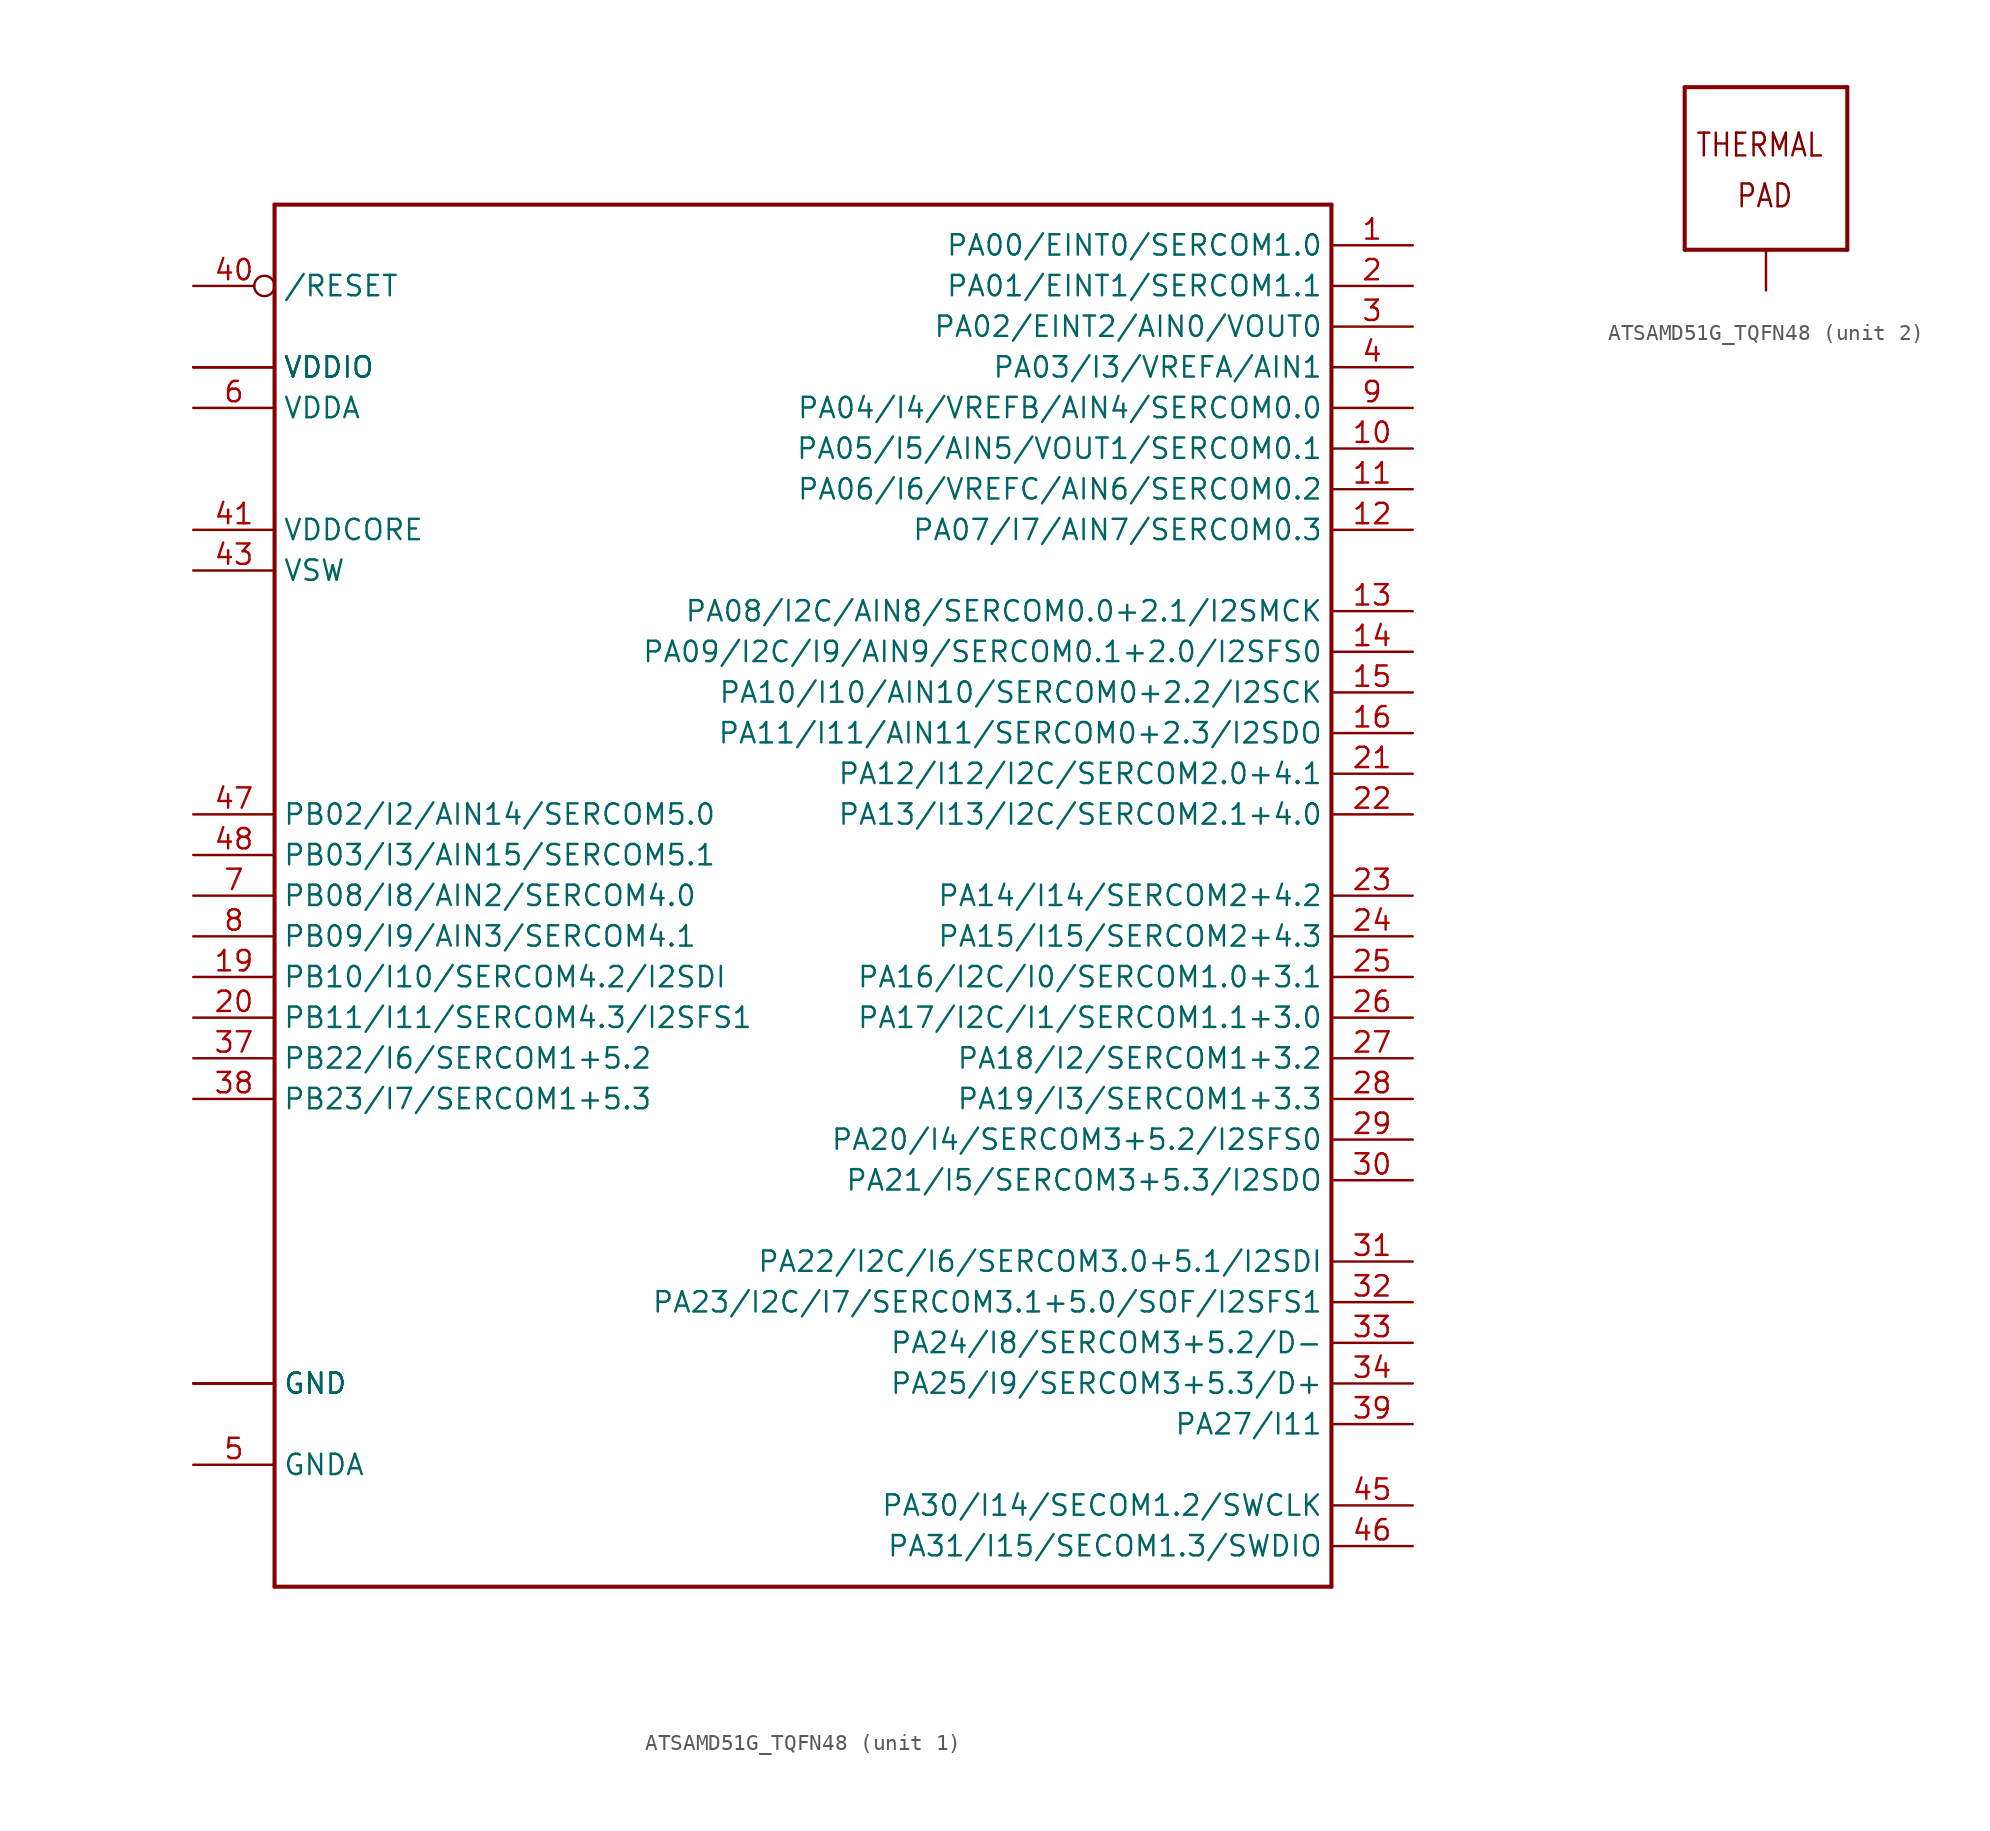
<source format=kicad_sym>
(kicad_symbol_lib
  (version 20231120)
  (generator "kicad_symbol_editor")
  (generator_version "8.0")
  (symbol "ATSAMD51G_TQFN48"
    (property "Reference" ""
      (at -5.08 6.35 0)
      (effects (font (size 1.778 1.511)) (justify left bottom) (hide yes)))
    (property "ki_locked" ""
      (at 0 0 0)
      (effects (font (size 1.27 1.27))))
    (symbol "ATSAMD51G_TQFN48_1_0"
      (polyline (pts (xy -33.02 -35.56) (xy -33.02 50.8)) (stroke (width 0.254) (type solid)) (fill (type none)))
      (polyline (pts (xy -33.02 50.8) (xy 33.02 50.8)) (stroke (width 0.254) (type solid)) (fill (type none)))
      (polyline (pts (xy 33.02 -35.56) (xy -33.02 -35.56)) (stroke (width 0.254) (type solid)) (fill (type none)))
      (polyline (pts (xy 33.02 50.8) (xy 33.02 -35.56)) (stroke (width 0.254) (type solid)) (fill (type none)))
      (pin bidirectional line (at 38.1 48.26 180) (length 5.08) (name "PA00/EINT0/SERCOM1.0" (effects (font (size 1.27 1.27)))) (number "1" (effects (font (size 1.27 1.27)))))
      (pin bidirectional line (at 38.1 35.56 180) (length 5.08) (name "PA05/I5/AIN5/VOUT1/SERCOM0.1" (effects (font (size 1.27 1.27)))) (number "10" (effects (font (size 1.27 1.27)))))
      (pin bidirectional line (at 38.1 33.02 180) (length 5.08) (name "PA06/I6/VREFC/AIN6/SERCOM0.2" (effects (font (size 1.27 1.27)))) (number "11" (effects (font (size 1.27 1.27)))))
      (pin bidirectional line (at 38.1 30.48 180) (length 5.08) (name "PA07/I7/AIN7/SERCOM0.3" (effects (font (size 1.27 1.27)))) (number "12" (effects (font (size 1.27 1.27)))))
      (pin bidirectional line (at 38.1 25.4 180) (length 5.08) (name "PA08/I2C/AIN8/SERCOM0.0+2.1/I2SMCK" (effects (font (size 1.27 1.27)))) (number "13" (effects (font (size 1.27 1.27)))))
      (pin bidirectional line (at 38.1 22.86 180) (length 5.08) (name "PA09/I2C/I9/AIN9/SERCOM0.1+2.0/I2SFS0" (effects (font (size 1.27 1.27)))) (number "14" (effects (font (size 1.27 1.27)))))
      (pin bidirectional line (at 38.1 20.32 180) (length 5.08) (name "PA10/I10/AIN10/SERCOM0+2.2/I2SCK" (effects (font (size 1.27 1.27)))) (number "15" (effects (font (size 1.27 1.27)))))
      (pin bidirectional line (at 38.1 17.78 180) (length 5.08) (name "PA11/I11/AIN11/SERCOM0+2.3/I2SDO" (effects (font (size 1.27 1.27)))) (number "16" (effects (font (size 1.27 1.27)))))
      (pin power_in line (at -38.1 40.64 0) (length 5.08) (name "VDDIO" (effects (font (size 1.27 1.27)))) (number "17" (effects (font (size 0 0)))))
      (pin power_in line (at -38.1 -22.86 0) (length 5.08) (name "GND" (effects (font (size 1.27 1.27)))) (number "18" (effects (font (size 0 0)))))
      (pin bidirectional line (at -38.1 2.54 0) (length 5.08) (name "PB10/I10/SERCOM4.2/I2SDI" (effects (font (size 1.27 1.27)))) (number "19" (effects (font (size 1.27 1.27)))))
      (pin bidirectional line (at 38.1 45.72 180) (length 5.08) (name "PA01/EINT1/SERCOM1.1" (effects (font (size 1.27 1.27)))) (number "2" (effects (font (size 1.27 1.27)))))
      (pin bidirectional line (at -38.1 0 0) (length 5.08) (name "PB11/I11/SERCOM4.3/I2SFS1" (effects (font (size 1.27 1.27)))) (number "20" (effects (font (size 1.27 1.27)))))
      (pin bidirectional line (at 38.1 15.24 180) (length 5.08) (name "PA12/I12/I2C/SERCOM2.0+4.1" (effects (font (size 1.27 1.27)))) (number "21" (effects (font (size 1.27 1.27)))))
      (pin bidirectional line (at 38.1 12.7 180) (length 5.08) (name "PA13/I13/I2C/SERCOM2.1+4.0" (effects (font (size 1.27 1.27)))) (number "22" (effects (font (size 1.27 1.27)))))
      (pin bidirectional line (at 38.1 7.62 180) (length 5.08) (name "PA14/I14/SERCOM2+4.2" (effects (font (size 1.27 1.27)))) (number "23" (effects (font (size 1.27 1.27)))))
      (pin bidirectional line (at 38.1 5.08 180) (length 5.08) (name "PA15/I15/SERCOM2+4.3" (effects (font (size 1.27 1.27)))) (number "24" (effects (font (size 1.27 1.27)))))
      (pin bidirectional line (at 38.1 2.54 180) (length 5.08) (name "PA16/I2C/I0/SERCOM1.0+3.1" (effects (font (size 1.27 1.27)))) (number "25" (effects (font (size 1.27 1.27)))))
      (pin bidirectional line (at 38.1 0 180) (length 5.08) (name "PA17/I2C/I1/SERCOM1.1+3.0" (effects (font (size 1.27 1.27)))) (number "26" (effects (font (size 1.27 1.27)))))
      (pin bidirectional line (at 38.1 -2.54 180) (length 5.08) (name "PA18/I2/SERCOM1+3.2" (effects (font (size 1.27 1.27)))) (number "27" (effects (font (size 1.27 1.27)))))
      (pin bidirectional line (at 38.1 -5.08 180) (length 5.08) (name "PA19/I3/SERCOM1+3.3" (effects (font (size 1.27 1.27)))) (number "28" (effects (font (size 1.27 1.27)))))
      (pin bidirectional line (at 38.1 -7.62 180) (length 5.08) (name "PA20/I4/SERCOM3+5.2/I2SFS0" (effects (font (size 1.27 1.27)))) (number "29" (effects (font (size 1.27 1.27)))))
      (pin bidirectional line (at 38.1 43.18 180) (length 5.08) (name "PA02/EINT2/AIN0/VOUT0" (effects (font (size 1.27 1.27)))) (number "3" (effects (font (size 1.27 1.27)))))
      (pin bidirectional line (at 38.1 -10.16 180) (length 5.08) (name "PA21/I5/SERCOM3+5.3/I2SDO" (effects (font (size 1.27 1.27)))) (number "30" (effects (font (size 1.27 1.27)))))
      (pin bidirectional line (at 38.1 -15.24 180) (length 5.08) (name "PA22/I2C/I6/SERCOM3.0+5.1/I2SDI" (effects (font (size 1.27 1.27)))) (number "31" (effects (font (size 1.27 1.27)))))
      (pin bidirectional line (at 38.1 -17.78 180) (length 5.08) (name "PA23/I2C/I7/SERCOM3.1+5.0/SOF/I2SFS1" (effects (font (size 1.27 1.27)))) (number "32" (effects (font (size 1.27 1.27)))))
      (pin bidirectional line (at 38.1 -20.32 180) (length 5.08) (name "PA24/I8/SERCOM3+5.2/D-" (effects (font (size 1.27 1.27)))) (number "33" (effects (font (size 1.27 1.27)))))
      (pin bidirectional line (at 38.1 -22.86 180) (length 5.08) (name "PA25/I9/SERCOM3+5.3/D+" (effects (font (size 1.27 1.27)))) (number "34" (effects (font (size 1.27 1.27)))))
      (pin power_in line (at -38.1 -22.86 0) (length 5.08) (name "GND" (effects (font (size 1.27 1.27)))) (number "35" (effects (font (size 0 0)))))
      (pin power_in line (at -38.1 40.64 0) (length 5.08) (name "VDDIO" (effects (font (size 1.27 1.27)))) (number "36" (effects (font (size 0 0)))))
      (pin bidirectional line (at -38.1 -2.54 0) (length 5.08) (name "PB22/I6/SERCOM1+5.2" (effects (font (size 1.27 1.27)))) (number "37" (effects (font (size 1.27 1.27)))))
      (pin bidirectional line (at -38.1 -5.08 0) (length 5.08) (name "PB23/I7/SERCOM1+5.3" (effects (font (size 1.27 1.27)))) (number "38" (effects (font (size 1.27 1.27)))))
      (pin bidirectional line (at 38.1 -25.4 180) (length 5.08) (name "PA27/I11" (effects (font (size 1.27 1.27)))) (number "39" (effects (font (size 1.27 1.27)))))
      (pin bidirectional line (at 38.1 40.64 180) (length 5.08) (name "PA03/I3/VREFA/AIN1" (effects (font (size 1.27 1.27)))) (number "4" (effects (font (size 1.27 1.27)))))
      (pin bidirectional inverted (at -38.1 45.72 0) (length 5.08) (name "/RESET" (effects (font (size 1.27 1.27)))) (number "40" (effects (font (size 1.27 1.27)))))
      (pin power_in line (at -38.1 30.48 0) (length 5.08) (name "VDDCORE" (effects (font (size 1.27 1.27)))) (number "41" (effects (font (size 1.27 1.27)))))
      (pin power_in line (at -38.1 -22.86 0) (length 5.08) (name "GND" (effects (font (size 1.27 1.27)))) (number "42" (effects (font (size 0 0)))))
      (pin power_in line (at -38.1 27.94 0) (length 5.08) (name "VSW" (effects (font (size 1.27 1.27)))) (number "43" (effects (font (size 1.27 1.27)))))
      (pin power_in line (at -38.1 40.64 0) (length 5.08) (name "VDDIO" (effects (font (size 1.27 1.27)))) (number "44" (effects (font (size 0 0)))))
      (pin bidirectional line (at 38.1 -30.48 180) (length 5.08) (name "PA30/I14/SECOM1.2/SWCLK" (effects (font (size 1.27 1.27)))) (number "45" (effects (font (size 1.27 1.27)))))
      (pin bidirectional line (at 38.1 -33.02 180) (length 5.08) (name "PA31/I15/SECOM1.3/SWDIO" (effects (font (size 1.27 1.27)))) (number "46" (effects (font (size 1.27 1.27)))))
      (pin bidirectional line (at -38.1 12.7 0) (length 5.08) (name "PB02/I2/AIN14/SERCOM5.0" (effects (font (size 1.27 1.27)))) (number "47" (effects (font (size 1.27 1.27)))))
      (pin bidirectional line (at -38.1 10.16 0) (length 5.08) (name "PB03/I3/AIN15/SERCOM5.1" (effects (font (size 1.27 1.27)))) (number "48" (effects (font (size 1.27 1.27)))))
      (pin power_in line (at -38.1 -27.94 0) (length 5.08) (name "GNDA" (effects (font (size 1.27 1.27)))) (number "5" (effects (font (size 1.27 1.27)))))
      (pin power_in line (at -38.1 38.1 0) (length 5.08) (name "VDDA" (effects (font (size 1.27 1.27)))) (number "6" (effects (font (size 1.27 1.27)))))
      (pin bidirectional line (at -38.1 7.62 0) (length 5.08) (name "PB08/I8/AIN2/SERCOM4.0" (effects (font (size 1.27 1.27)))) (number "7" (effects (font (size 1.27 1.27)))))
      (pin bidirectional line (at -38.1 5.08 0) (length 5.08) (name "PB09/I9/AIN3/SERCOM4.1" (effects (font (size 1.27 1.27)))) (number "8" (effects (font (size 1.27 1.27)))))
      (pin bidirectional line (at 38.1 38.1 180) (length 5.08) (name "PA04/I4/VREFB/AIN4/SERCOM0.0" (effects (font (size 1.27 1.27)))) (number "9" (effects (font (size 1.27 1.27))))))
    (symbol "ATSAMD51G_TQFN48_2_0"
      (polyline (pts (xy -5.08 -5.08) (xy -5.08 5.08)) (stroke (width 0.254) (type solid)) (fill (type none)))
      (polyline (pts (xy -5.08 5.08) (xy 5.08 5.08)) (stroke (width 0.254) (type solid)) (fill (type none)))
      (polyline (pts (xy 5.08 -5.08) (xy -5.08 -5.08)) (stroke (width 0.254) (type solid)) (fill (type none)))
      (polyline (pts (xy 5.08 5.08) (xy 5.08 -5.08)) (stroke (width 0.254) (type solid)) (fill (type none)))
      (text "PAD" (at -1.905 -2.54 0) (effects (font (size 1.422 1.209)) (justify left bottom)))
      (text "THERMAL" (at -4.445 0.635 0) (effects (font (size 1.422 1.209)) (justify left bottom)))
      (pin power_in line (at 0 -7.62 90) (length 2.54) (name "TP" (effects (font (size 0 0)))) (number "THERMAL" (effects (font (size 0 0))))))))
</source>
